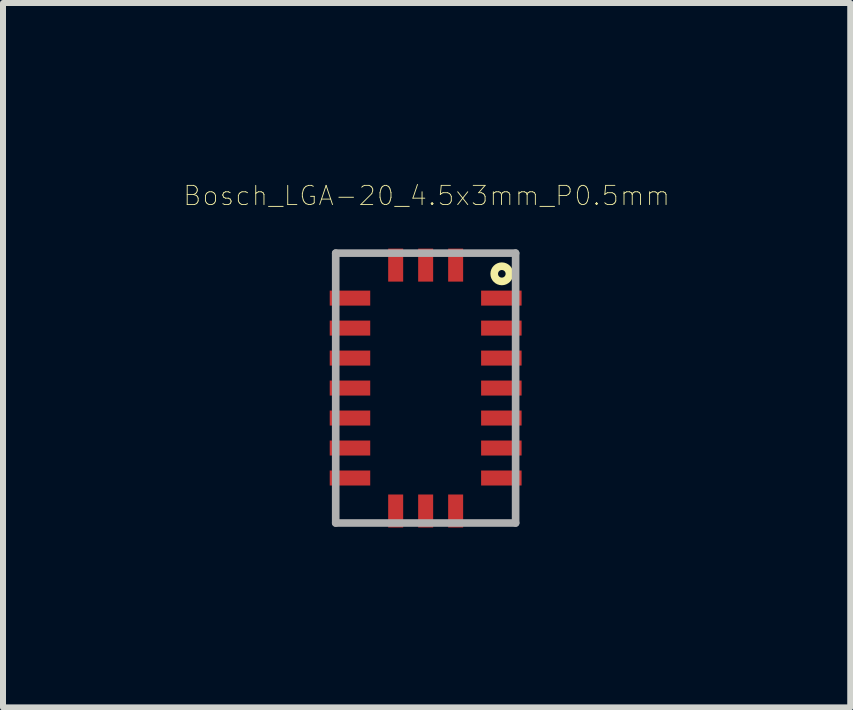
<source format=kicad_pcb>
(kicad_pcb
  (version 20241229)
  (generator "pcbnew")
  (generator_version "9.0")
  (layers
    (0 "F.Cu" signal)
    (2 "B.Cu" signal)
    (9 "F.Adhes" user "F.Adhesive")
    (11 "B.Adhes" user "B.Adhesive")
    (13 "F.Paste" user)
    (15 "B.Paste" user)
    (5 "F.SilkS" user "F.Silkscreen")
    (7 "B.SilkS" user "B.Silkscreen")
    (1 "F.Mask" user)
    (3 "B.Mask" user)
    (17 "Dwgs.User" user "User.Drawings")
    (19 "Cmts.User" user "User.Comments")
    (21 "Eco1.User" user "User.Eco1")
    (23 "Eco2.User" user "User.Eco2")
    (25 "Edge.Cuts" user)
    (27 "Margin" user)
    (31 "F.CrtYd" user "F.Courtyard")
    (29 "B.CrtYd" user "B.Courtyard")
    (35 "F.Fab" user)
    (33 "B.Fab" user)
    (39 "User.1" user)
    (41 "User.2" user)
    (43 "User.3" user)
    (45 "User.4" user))
  (footprint "Bosch_LGA-20_4.5x3mm_P0.5mm"
    (layer "F.Cu")
    (at 4.048 3.421)
    (property "Reference" "Bosch_LGA-20_4.5x3mm_P0.5mm" (at 0.016 -3.207 0) (layer "F.SilkS") (effects (font (size 0.32 0.32) (thickness 0.015))))
    (attr through_hole)
    (fp_circle (center 1.27 -1.905) (end 1.397 -1.905) (stroke (width 0.127) (type solid)) (fill no) (layer "F.SilkS"))
    (fp_line (start -1.5 -2.25) (end 1.5 -2.25) (stroke (width 0.127) (type solid)) (layer "F.Fab"))
    (fp_line (start -1.5 2.25) (end -1.5 -2.25) (stroke (width 0.127) (type solid)) (layer "F.Fab"))
    (fp_line (start 1.5 -2.25) (end 1.5 2.25) (stroke (width 0.127) (type solid)) (layer "F.Fab"))
    (fp_line (start 1.5 2.25) (end -1.5 2.25) (stroke (width 0.127) (type solid)) (layer "F.Fab"))
    (pad "1" smd rect (at 1.262 -1.5) (size 0.675 0.25) (layers "F.Cu" "F.Mask" "F.Paste"))
    (pad "2" smd rect (at 1.262 -1) (size 0.675 0.25) (layers "F.Cu" "F.Mask" "F.Paste"))
    (pad "3" smd rect (at 1.262 -0.5) (size 0.675 0.25) (layers "F.Cu" "F.Mask" "F.Paste"))
    (pad "4" smd rect (at 1.262 0) (size 0.675 0.25) (layers "F.Cu" "F.Mask" "F.Paste"))
    (pad "5" smd rect (at 1.262 0.5) (size 0.675 0.25) (layers "F.Cu" "F.Mask" "F.Paste"))
    (pad "6" smd rect (at 1.262 1) (size 0.675 0.25) (layers "F.Cu" "F.Mask" "F.Paste"))
    (pad "7" smd rect (at 1.262 1.5) (size 0.675 0.25) (layers "F.Cu" "F.Mask" "F.Paste"))
    (pad "8" smd rect (at 0.5 2.05) (size 0.25 0.55) (layers "F.Cu" "F.Mask" "F.Paste"))
    (pad "9" smd rect (at 0 2.05) (size 0.25 0.55) (layers "F.Cu" "F.Mask" "F.Paste"))
    (pad "10" smd rect (at -0.5 2.05) (size 0.25 0.55) (layers "F.Cu" "F.Mask" "F.Paste"))
    (pad "11" smd rect (at -1.262 1.5) (size 0.675 0.25) (layers "F.Cu" "F.Mask" "F.Paste"))
    (pad "12" smd rect (at -1.262 1) (size 0.675 0.25) (layers "F.Cu" "F.Mask" "F.Paste"))
    (pad "13" smd rect (at -1.262 0.5) (size 0.675 0.25) (layers "F.Cu" "F.Mask" "F.Paste"))
    (pad "14" smd rect (at -1.262 0) (size 0.675 0.25) (layers "F.Cu" "F.Mask" "F.Paste"))
    (pad "15" smd rect (at -1.262 -0.5) (size 0.675 0.25) (layers "F.Cu" "F.Mask" "F.Paste"))
    (pad "16" smd rect (at -1.262 -1) (size 0.675 0.25) (layers "F.Cu" "F.Mask" "F.Paste"))
    (pad "17" smd rect (at -1.262 -1.5) (size 0.675 0.25) (layers "F.Cu" "F.Mask" "F.Paste"))
    (pad "18" smd rect (at -0.5 -2.05) (size 0.25 0.55) (layers "F.Cu" "F.Mask" "F.Paste"))
    (pad "19" smd rect (at 0 -2.05) (size 0.25 0.55) (layers "F.Cu" "F.Mask" "F.Paste"))
    (pad "20" smd rect (at 0.5 -2.05) (size 0.25 0.55) (layers "F.Cu" "F.Mask" "F.Paste")))
  (gr_rect
    (start -3 -3)
    (end 11.128 8.746)
    (stroke (width 0.1) (type default))
    (fill no)
    (layer "Edge.Cuts")))
</source>
